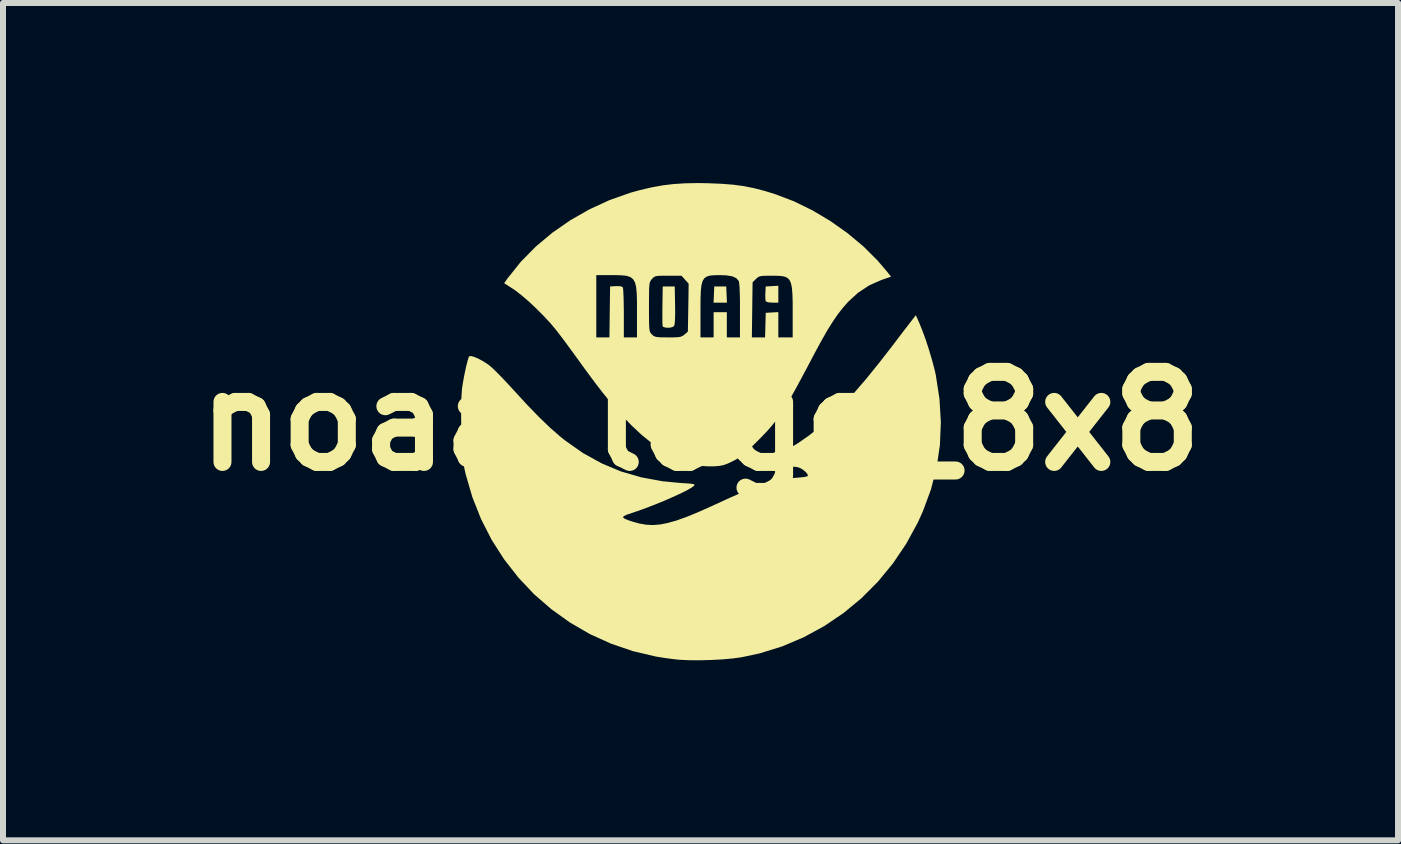
<source format=kicad_pcb>
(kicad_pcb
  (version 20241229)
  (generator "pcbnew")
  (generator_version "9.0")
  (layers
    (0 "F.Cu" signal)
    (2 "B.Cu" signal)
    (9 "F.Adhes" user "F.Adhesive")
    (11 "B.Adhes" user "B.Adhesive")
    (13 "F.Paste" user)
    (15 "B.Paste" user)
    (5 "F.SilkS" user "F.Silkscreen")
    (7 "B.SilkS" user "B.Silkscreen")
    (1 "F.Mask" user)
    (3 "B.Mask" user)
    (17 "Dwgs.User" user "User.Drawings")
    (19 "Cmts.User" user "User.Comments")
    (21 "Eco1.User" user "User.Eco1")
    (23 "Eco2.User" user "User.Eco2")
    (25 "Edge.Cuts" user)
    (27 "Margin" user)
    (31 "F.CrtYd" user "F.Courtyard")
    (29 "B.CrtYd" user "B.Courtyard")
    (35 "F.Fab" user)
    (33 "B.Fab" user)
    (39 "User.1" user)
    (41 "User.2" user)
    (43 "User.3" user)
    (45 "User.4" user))
  (footprint "noaa_logo_8x8"
    (layer "F.Cu")
    (at 8.621 3.968)
    (property "Reference" "noaa_logo_8x8" (at 0 0 0) (layer "F.SilkS") (effects (font (size 1.5 1.5) (thickness 0.3))))
    (attr board_only exclude_from_pos_files exclude_from_bom)
    (fp_poly (pts (xy 0.435 -2.11) (xy 0.441 -1.975) (xy 0.329 -1.975) (xy 0.218 -1.975) (xy 0.224 -2.11) (xy 0.229 -2.245) (xy 0.329 -2.245) (xy 0.429 -2.245)) (stroke (width 0) (type solid)) (fill yes) (layer "F.SilkS"))
    (fp_poly (pts (xy 1.297 -2.116) (xy 1.297 -1.975) (xy 1.197 -1.975) (xy 1.124 -1.981) (xy 1.088 -1.998) (xy 1.086 -2.003) (xy 1.081 -2.037) (xy 1.08 -2.096) (xy 1.081 -2.137) (xy 1.087 -2.245) (xy 1.192 -2.251) (xy 1.297 -2.257)) (stroke (width 0) (type solid)) (fill yes) (layer "F.SilkS"))
    (fp_poly (pts (xy -0.423 -1.928) (xy -0.422 -1.787) (xy -0.425 -1.683) (xy -0.431 -1.616) (xy -0.441 -1.584) (xy -0.441 -1.584) (xy -0.474 -1.566) (xy -0.526 -1.557) (xy -0.58 -1.559) (xy -0.619 -1.571) (xy -0.63 -1.582) (xy -0.633 -1.61) (xy -0.635 -1.67) (xy -0.635 -1.756) (xy -0.635 -1.859) (xy -0.634 -1.926) (xy -0.629 -2.245) (xy -0.529 -2.245) (xy -0.429 -2.245)) (stroke (width 0) (type solid)) (fill yes) (layer "F.SilkS"))
    (fp_poly (pts (xy 3.641 -1.648) (xy 3.696 -1.513) (xy 3.755 -1.352) (xy 3.811 -1.178) (xy 3.862 -1.005) (xy 3.904 -0.846) (xy 3.921 -0.768) (xy 3.982 -0.371) (xy 4.005 0.018) (xy 3.989 0.398) (xy 3.934 0.772) (xy 3.839 1.14) (xy 3.705 1.502) (xy 3.622 1.686) (xy 3.429 2.04) (xy 3.207 2.369) (xy 2.957 2.673) (xy 2.681 2.95) (xy 2.382 3.197) (xy 2.061 3.414) (xy 1.721 3.599) (xy 1.364 3.751) (xy 0.991 3.867) (xy 0.688 3.932) (xy 0.543 3.952) (xy 0.37 3.968) (xy 0.183 3.978) (xy -0.007 3.983) (xy -0.187 3.982) (xy -0.345 3.975) (xy -0.399 3.97) (xy -0.505 3.957) (xy -0.626 3.94) (xy -0.736 3.922) (xy -0.744 3.921) (xy -1.126 3.831) (xy -1.494 3.705) (xy -1.844 3.546) (xy -2.175 3.354) (xy -2.485 3.132) (xy -2.773 2.882) (xy -3.035 2.604) (xy -3.271 2.302) (xy -3.479 1.977) (xy -3.656 1.631) (xy -3.801 1.265) (xy -3.913 0.881) (xy -3.925 0.828) (xy -3.941 0.752) (xy -3.954 0.68) (xy -3.963 0.606) (xy -3.971 0.521) (xy -3.976 0.419) (xy -3.981 0.292) (xy -3.984 0.134) (xy -3.985 0.117) (xy -3.988 -0.094) (xy -3.987 -0.274) (xy -3.982 -0.42) (xy -3.974 -0.53) (xy -3.972 -0.551) (xy -3.958 -0.641) (xy -3.94 -0.741) (xy -3.92 -0.841) (xy -3.899 -0.934) (xy -3.879 -1.011) (xy -3.863 -1.063) (xy -3.854 -1.081) (xy -3.824 -1.086) (xy -3.771 -1.072) (xy -3.702 -1.043) (xy -3.626 -1.002) (xy -3.552 -0.955) (xy -3.514 -0.927) (xy -3.463 -0.882) (xy -3.392 -0.813) (xy -3.307 -0.726) (xy -3.215 -0.629) (xy -3.12 -0.526) (xy -3.099 -0.503) (xy -2.884 -0.269) (xy -2.688 -0.067) (xy -2.508 0.106) (xy -2.342 0.252) (xy -2.253 0.323) (xy -1.958 0.53) (xy -1.65 0.701) (xy -1.327 0.836) (xy -0.987 0.935) (xy -0.628 1.001) (xy -0.321 1.03) (xy -0.22 1.036) (xy -0.152 1.042) (xy -0.114 1.049) (xy -0.099 1.058) (xy -0.102 1.07) (xy -0.104 1.072) (xy -0.141 1.102) (xy -0.211 1.143) (xy -0.307 1.192) (xy -0.423 1.246) (xy -0.555 1.305) (xy -0.697 1.364) (xy -0.842 1.421) (xy -0.986 1.475) (xy -1.122 1.522) (xy -1.143 1.529) (xy -1.23 1.558) (xy -1.279 1.582) (xy -1.291 1.602) (xy -1.265 1.624) (xy -1.202 1.65) (xy -1.129 1.674) (xy -1.017 1.705) (xy -0.906 1.724) (xy -0.794 1.73) (xy -0.676 1.721) (xy -0.548 1.696) (xy -0.405 1.656) (xy -0.242 1.598) (xy -0.057 1.523) (xy 0.157 1.428) (xy 0.271 1.376) (xy 0.495 1.273) (xy 0.689 1.188) (xy 0.856 1.118) (xy 1.003 1.063) (xy 1.134 1.02) (xy 1.254 0.988) (xy 1.367 0.965) (xy 1.478 0.951) (xy 1.572 0.944) (xy 1.658 0.937) (xy 1.729 0.929) (xy 1.775 0.92) (xy 1.788 0.914) (xy 1.785 0.885) (xy 1.754 0.847) (xy 1.705 0.806) (xy 1.666 0.783) (xy 1.625 0.767) (xy 1.569 0.759) (xy 1.489 0.756) (xy 1.407 0.758) (xy 1.223 0.764) (xy 1.078 0.766) (xy 0.97 0.765) (xy 0.9 0.761) (xy 0.865 0.753) (xy 0.862 0.749) (xy 0.875 0.733) (xy 0.917 0.711) (xy 0.959 0.694) (xy 1.059 0.656) (xy 1.18 0.602) (xy 1.312 0.539) (xy 1.442 0.471) (xy 1.558 0.406) (xy 1.62 0.369) (xy 1.8 0.244) (xy 1.98 0.102) (xy 2.164 -0.062) (xy 2.353 -0.248) (xy 2.55 -0.461) (xy 2.758 -0.702) (xy 2.978 -0.974) (xy 3.19 -1.247) (xy 3.276 -1.36) (xy 3.356 -1.466) (xy 3.427 -1.558) (xy 3.485 -1.633) (xy 3.525 -1.685) (xy 3.541 -1.706) (xy 3.588 -1.766)) (stroke (width 0) (type solid)) (fill yes) (layer "F.SilkS"))
    (fp_poly (pts (xy 0.125 -3.965) (xy 0.348 -3.956) (xy 0.544 -3.941) (xy 0.722 -3.917) (xy 0.896 -3.882) (xy 1.076 -3.835) (xy 1.25 -3.781) (xy 1.557 -3.664) (xy 1.864 -3.514) (xy 2.163 -3.336) (xy 2.448 -3.135) (xy 2.712 -2.915) (xy 2.948 -2.68) (xy 3.097 -2.506) (xy 3.175 -2.408) (xy 3.019 -2.355) (xy 2.814 -2.265) (xy 2.625 -2.14) (xy 2.461 -1.99) (xy 2.373 -1.89) (xy 2.287 -1.78) (xy 2.201 -1.654) (xy 2.109 -1.507) (xy 2.01 -1.332) (xy 1.902 -1.133) (xy 1.782 -0.905) (xy 1.677 -0.708) (xy 1.586 -0.54) (xy 1.505 -0.396) (xy 1.432 -0.273) (xy 1.366 -0.167) (xy 1.303 -0.074) (xy 1.241 0.01) (xy 1.178 0.088) (xy 1.111 0.164) (xy 1.037 0.242) (xy 0.955 0.325) (xy 0.949 0.331) (xy 0.849 0.43) (xy 0.77 0.504) (xy 0.704 0.561) (xy 0.646 0.604) (xy 0.588 0.64) (xy 0.532 0.669) (xy 0.448 0.708) (xy 0.381 0.732) (xy 0.314 0.745) (xy 0.23 0.751) (xy 0.203 0.752) (xy 0.101 0.751) (xy -0.002 0.743) (xy -0.086 0.731) (xy -0.09 0.73) (xy -0.309 0.662) (xy -0.529 0.556) (xy -0.751 0.413) (xy -0.977 0.231) (xy -1.148 0.071) (xy -1.267 -0.051) (xy -1.384 -0.179) (xy -1.503 -0.319) (xy -1.628 -0.474) (xy -1.764 -0.651) (xy -1.914 -0.853) (xy -2.024 -1.005) (xy -2.108 -1.121) (xy -2.193 -1.237) (xy -2.272 -1.345) (xy -2.341 -1.436) (xy -2.394 -1.505) (xy -2.401 -1.514) (xy -2.496 -1.628) (xy -2.609 -1.75) (xy -2.73 -1.872) (xy -2.853 -1.988) (xy -2.97 -2.089) (xy -3.073 -2.17) (xy -3.11 -2.196) (xy -3.271 -2.3) (xy -3.207 -2.39) (xy -3.171 -2.434) (xy -1.736 -2.434) (xy -1.736 -1.915) (xy -1.736 -1.397) (xy -1.627 -1.397) (xy -1.517 -1.397) (xy -1.512 -1.821) (xy -1.506 -2.245) (xy -1.409 -2.251) (xy -1.334 -2.249) (xy -1.296 -2.234) (xy -1.294 -2.231) (xy -1.289 -2.204) (xy -1.285 -2.143) (xy -1.281 -2.056) (xy -1.279 -1.947) (xy -1.277 -1.825) (xy -1.277 -1.801) (xy -1.277 -1.397) (xy -1.167 -1.397) (xy -1.058 -1.397) (xy -1.058 -1.821) (xy -1.058 -1.903) (xy -0.858 -1.903) (xy -0.858 -1.766) (xy -0.857 -1.663) (xy -0.855 -1.588) (xy -0.851 -1.536) (xy -0.845 -1.501) (xy -0.836 -1.478) (xy -0.823 -1.46) (xy -0.809 -1.446) (xy -0.785 -1.424) (xy -0.758 -1.41) (xy -0.721 -1.402) (xy -0.664 -1.398) (xy -0.579 -1.397) (xy -0.541 -1.397) (xy 0 -1.397) (xy 0.11 -1.397) (xy 0.219 -1.397) (xy 0.219 -1.606) (xy 0.219 -1.816) (xy 0.329 -1.816) (xy 0.439 -1.816) (xy 0.439 -1.606) (xy 0.439 -1.397) (xy 0.549 -1.397) (xy 0.658 -1.397) (xy 0.856 -1.397) (xy 0.966 -1.397) (xy 1.076 -1.397) (xy 1.082 -1.601) (xy 1.087 -1.806) (xy 1.192 -1.812) (xy 1.297 -1.818) (xy 1.297 -1.607) (xy 1.297 -1.397) (xy 1.417 -1.397) (xy 1.536 -1.397) (xy 1.536 -1.801) (xy 1.536 -1.975) (xy 1.532 -2.113) (xy 1.524 -2.219) (xy 1.508 -2.298) (xy 1.483 -2.354) (xy 1.446 -2.39) (xy 1.395 -2.411) (xy 1.328 -2.421) (xy 1.242 -2.424) (xy 1.196 -2.424) (xy 1.1 -2.424) (xy 1.035 -2.421) (xy 0.992 -2.415) (xy 0.962 -2.402) (xy 0.937 -2.383) (xy 0.923 -2.369) (xy 0.868 -2.314) (xy 0.862 -1.855) (xy 0.856 -1.397) (xy 0.658 -1.397) (xy 0.658 -1.847) (xy 0.658 -1.997) (xy 0.655 -2.125) (xy 0.651 -2.227) (xy 0.645 -2.298) (xy 0.639 -2.334) (xy 0.638 -2.336) (xy 0.597 -2.383) (xy 0.53 -2.414) (xy 0.432 -2.43) (xy 0.331 -2.434) (xy 0.237 -2.433) (xy 0.163 -2.427) (xy 0.106 -2.411) (xy 0.064 -2.382) (xy 0.035 -2.335) (xy 0.016 -2.266) (xy 0.006 -2.171) (xy 0.001 -2.046) (xy 0.000025 -1.886) (xy 0 -1.837) (xy 0 -1.397) (xy -0.541 -1.397) (xy -0.443 -1.397) (xy -0.376 -1.4) (xy -0.331 -1.407) (xy -0.3 -1.42) (xy -0.272 -1.439) (xy -0.265 -1.445) (xy -0.21 -1.493) (xy -0.203 -1.892) (xy -0.197 -2.291) (xy -0.257 -2.358) (xy -0.316 -2.424) (xy -0.539 -2.424) (xy -0.636 -2.424) (xy -0.702 -2.422) (xy -0.744 -2.416) (xy -0.772 -2.404) (xy -0.794 -2.386) (xy -0.81 -2.368) (xy -0.826 -2.348) (xy -0.838 -2.328) (xy -0.847 -2.3) (xy -0.852 -2.26) (xy -0.856 -2.202) (xy -0.857 -2.12) (xy -0.858 -2.007) (xy -0.858 -1.903) (xy -1.058 -1.903) (xy -1.058 -1.993) (xy -1.062 -2.129) (xy -1.072 -2.234) (xy -1.091 -2.312) (xy -1.122 -2.366) (xy -1.167 -2.401) (xy -1.23 -2.422) (xy -1.313 -2.431) (xy -1.42 -2.434) (xy -1.482 -2.434) (xy -1.736 -2.434) (xy -3.171 -2.434) (xy -2.993 -2.657) (xy -2.746 -2.908) (xy -2.47 -3.139) (xy -2.171 -3.347) (xy -1.852 -3.529) (xy -1.518 -3.683) (xy -1.174 -3.805) (xy -1.008 -3.851) (xy -0.811 -3.897) (xy -0.628 -3.93) (xy -0.446 -3.952) (xy -0.255 -3.964) (xy -0.043 -3.968)) (stroke (width 0) (type solid)) (fill yes) (layer "F.SilkS")))
  (gr_rect
    (start -3 -3)
    (end 20.243 10.951)
    (stroke (width 0.1) (type default))
    (fill no)
    (layer "Edge.Cuts")))
</source>
